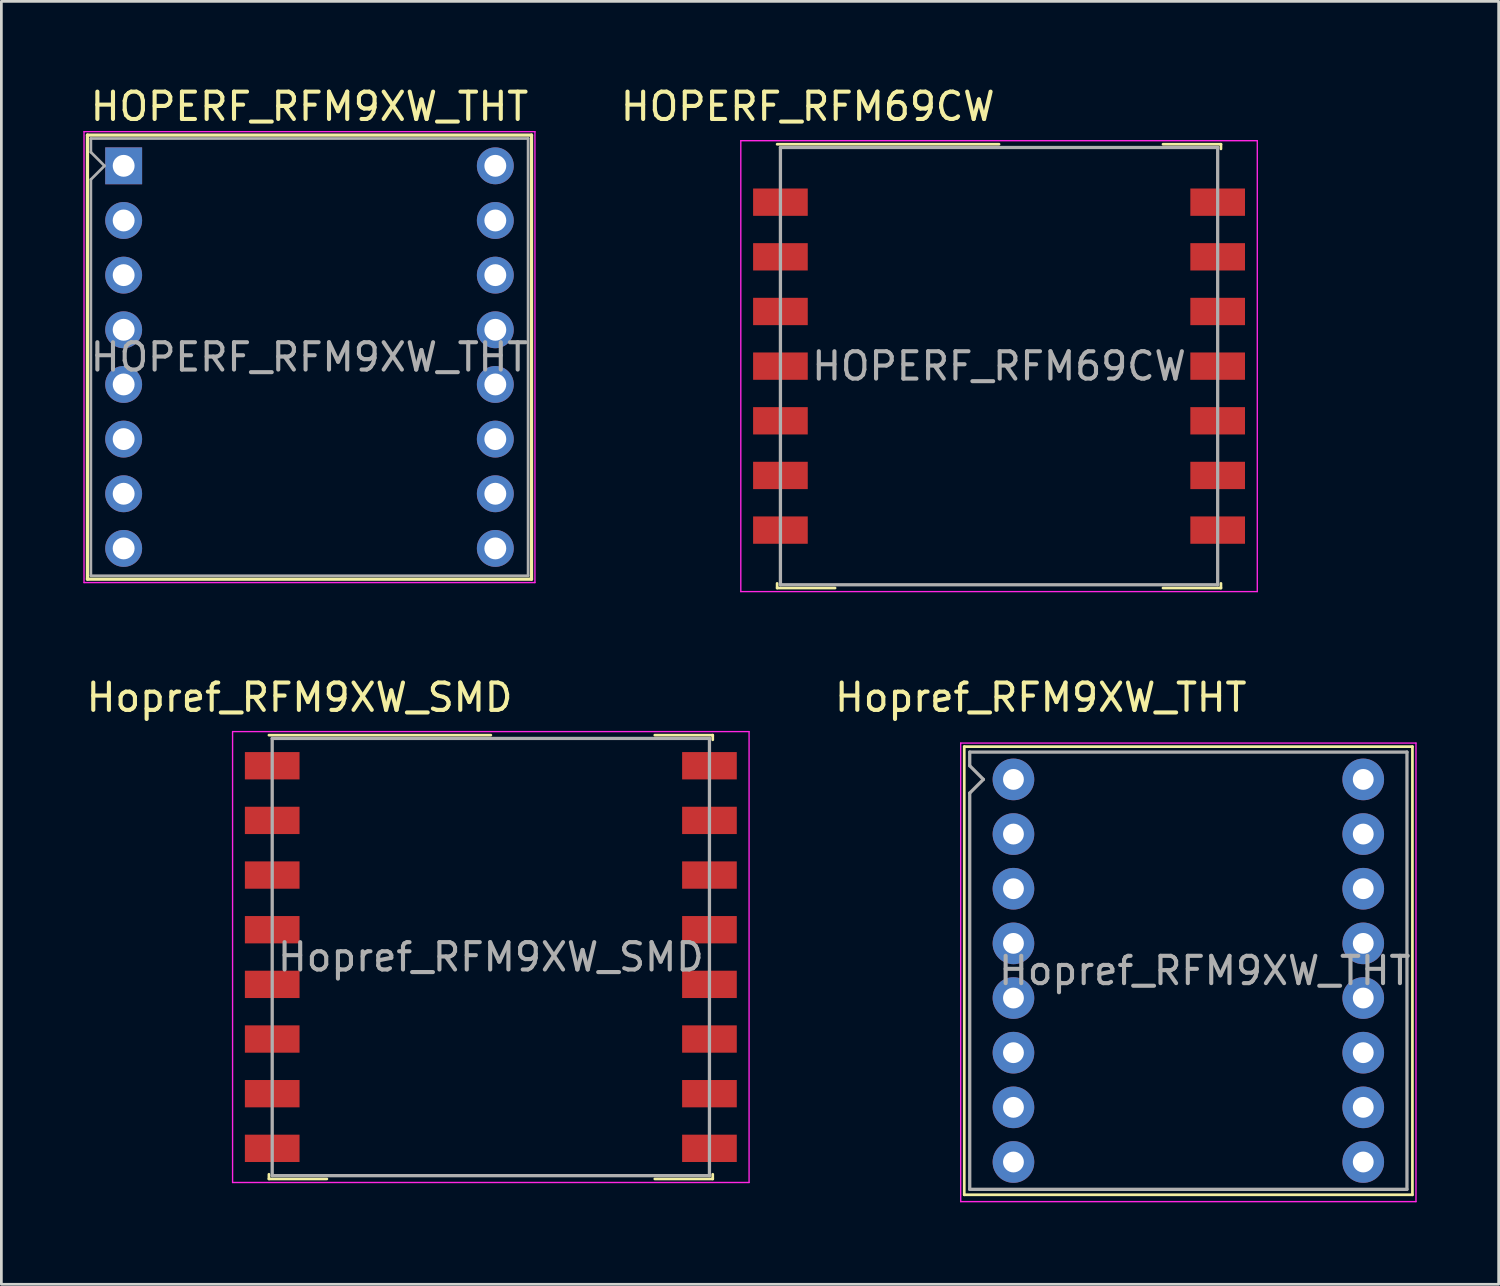
<source format=kicad_pcb>
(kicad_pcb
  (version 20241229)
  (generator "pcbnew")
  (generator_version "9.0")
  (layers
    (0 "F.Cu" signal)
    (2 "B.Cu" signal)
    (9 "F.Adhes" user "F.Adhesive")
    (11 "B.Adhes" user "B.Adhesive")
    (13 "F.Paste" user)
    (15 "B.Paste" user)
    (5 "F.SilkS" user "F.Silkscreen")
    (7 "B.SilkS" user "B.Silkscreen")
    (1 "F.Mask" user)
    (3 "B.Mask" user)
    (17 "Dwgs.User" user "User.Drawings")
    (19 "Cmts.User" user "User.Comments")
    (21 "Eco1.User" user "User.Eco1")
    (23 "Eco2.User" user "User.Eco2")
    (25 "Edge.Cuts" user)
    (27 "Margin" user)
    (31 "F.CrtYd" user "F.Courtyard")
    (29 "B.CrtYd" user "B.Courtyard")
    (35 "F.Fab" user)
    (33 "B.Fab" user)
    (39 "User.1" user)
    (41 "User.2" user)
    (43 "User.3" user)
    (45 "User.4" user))
  (footprint "Hopref_RFM9XW_THT"
    (layer "F.Cu")
    (at 34.035 25.471)
    (property "Reference" "Hopref_RFM9XW_THT" (at 1 -3 0) (layer "F.SilkS") (effects (font (size 1 1) (thickness 0.15))))
    (attr through_hole)
    (fp_line (start -1.8 -1.2) (end 14.6 -1.2) (stroke (width 0.1) (type solid)) (layer "F.SilkS"))
    (fp_line (start -1.8 15.2) (end -1.8 -1.2) (stroke (width 0.1) (type solid)) (layer "F.SilkS"))
    (fp_line (start 14.6 -1.2) (end 14.6 15.2) (stroke (width 0.1) (type solid)) (layer "F.SilkS"))
    (fp_line (start 14.6 15.2) (end -1.8 15.2) (stroke (width 0.1) (type solid)) (layer "F.SilkS"))
    (fp_line (start -1.93 -1.33) (end 14.73 -1.33) (stroke (width 0.05) (type solid)) (layer "F.CrtYd"))
    (fp_line (start -1.93 15.45) (end -1.93 -1.33) (stroke (width 0.05) (type solid)) (layer "F.CrtYd"))
    (fp_line (start 14.73 -1.33) (end 14.73 15.45) (stroke (width 0.05) (type solid)) (layer "F.CrtYd"))
    (fp_line (start 14.73 15.45) (end -1.93 15.45) (stroke (width 0.05) (type solid)) (layer "F.CrtYd"))
    (fp_line (start -1.6 -1) (end 14.4 -1) (stroke (width 0.12) (type solid)) (layer "F.Fab"))
    (fp_line (start -1.6 -0.5) (end -1.6 -1) (stroke (width 0.12) (type solid)) (layer "F.Fab"))
    (fp_line (start -1.6 0.5) (end -1.1 0) (stroke (width 0.12) (type solid)) (layer "F.Fab"))
    (fp_line (start -1.6 15) (end -1.6 0.5) (stroke (width 0.12) (type solid)) (layer "F.Fab"))
    (fp_line (start -1.6 15) (end 14.4 15) (stroke (width 0.12) (type solid)) (layer "F.Fab"))
    (fp_line (start -1.1 0) (end -1.6 -0.5) (stroke (width 0.12) (type solid)) (layer "F.Fab"))
    (fp_line (start 14.4 15) (end 14.4 -1) (stroke (width 0.12) (type solid)) (layer "F.Fab"))
    (fp_text user "${REFERENCE}" (at 7 7 0) (layer "F.Fab") (effects (font (size 1 1) (thickness 0.15))))
    (pad "1" thru_hole circle (at 0 0) (size 1.524 1.524) (drill 0.762) (layers "*.Cu" "*.Mask"))
    (pad "2" thru_hole circle (at 0 2) (size 1.524 1.524) (drill 0.762) (layers "*.Cu" "*.Mask"))
    (pad "3" thru_hole circle (at 0 4) (size 1.524 1.524) (drill 0.762) (layers "*.Cu" "*.Mask"))
    (pad "4" thru_hole circle (at 0 6) (size 1.524 1.524) (drill 0.762) (layers "*.Cu" "*.Mask"))
    (pad "5" thru_hole circle (at 0 8) (size 1.524 1.524) (drill 0.762) (layers "*.Cu" "*.Mask"))
    (pad "6" thru_hole circle (at 0 10) (size 1.524 1.524) (drill 0.762) (layers "*.Cu" "*.Mask"))
    (pad "7" thru_hole circle (at 0 12) (size 1.524 1.524) (drill 0.762) (layers "*.Cu" "*.Mask"))
    (pad "8" thru_hole circle (at 0 14) (size 1.524 1.524) (drill 0.762) (layers "*.Cu" "*.Mask"))
    (pad "9" thru_hole circle (at 12.8 14) (size 1.524 1.524) (drill 0.762) (layers "*.Cu" "*.Mask"))
    (pad "10" thru_hole circle (at 12.8 12) (size 1.524 1.524) (drill 0.762) (layers "*.Cu" "*.Mask"))
    (pad "11" thru_hole circle (at 12.8 10) (size 1.524 1.524) (drill 0.762) (layers "*.Cu" "*.Mask"))
    (pad "12" thru_hole circle (at 12.8 8) (size 1.524 1.524) (drill 0.762) (layers "*.Cu" "*.Mask"))
    (pad "13" thru_hole circle (at 12.8 6) (size 1.524 1.524) (drill 0.762) (layers "*.Cu" "*.Mask"))
    (pad "14" thru_hole circle (at 12.8 4) (size 1.524 1.524) (drill 0.762) (layers "*.Cu" "*.Mask"))
    (pad "15" thru_hole circle (at 12.8 2) (size 1.524 1.524) (drill 0.762) (layers "*.Cu" "*.Mask"))
    (pad "16" thru_hole circle (at 12.8 0) (size 1.524 1.524) (drill 0.762) (layers "*.Cu" "*.Mask")))
  (footprint "HOPERF_RFM9XW_THT"
    (layer "F.Cu")
    (at 1.475 3.018)
    (property "Reference" "HOPERF_RFM9XW_THT" (at 6.8 -2.17 0) (layer "F.SilkS") (effects (font (size 1 1) (thickness 0.15))))
    (attr through_hole)
    (fp_line (start -1.325 -1.125) (end 14.925 -1.125) (stroke (width 0.12) (type solid)) (layer "F.SilkS"))
    (fp_line (start -1.325 15.125) (end -1.325 -1.125) (stroke (width 0.12) (type solid)) (layer "F.SilkS"))
    (fp_line (start 14.925 -1.125) (end 14.925 15.125) (stroke (width 0.12) (type solid)) (layer "F.SilkS"))
    (fp_line (start 14.925 15.125) (end -1.325 15.125) (stroke (width 0.12) (type solid)) (layer "F.SilkS"))
    (fp_line (start -1.45 -1.25) (end 15.05 -1.25) (stroke (width 0.05) (type solid)) (layer "F.CrtYd"))
    (fp_line (start -1.45 15.25) (end -1.45 -1.25) (stroke (width 0.05) (type solid)) (layer "F.CrtYd"))
    (fp_line (start 15.05 -1.25) (end 15.05 15.25) (stroke (width 0.05) (type solid)) (layer "F.CrtYd"))
    (fp_line (start 15.05 15.25) (end -1.45 15.25) (stroke (width 0.05) (type solid)) (layer "F.CrtYd"))
    (fp_line (start -1.2 -1) (end 14.8 -1) (stroke (width 0.1) (type solid)) (layer "F.Fab"))
    (fp_line (start -1.2 -0.5) (end -1.2 -1) (stroke (width 0.1) (type solid)) (layer "F.Fab"))
    (fp_line (start -1.2 0.5) (end -0.7 0) (stroke (width 0.1) (type solid)) (layer "F.Fab"))
    (fp_line (start -1.2 15) (end -1.2 0.5) (stroke (width 0.1) (type solid)) (layer "F.Fab"))
    (fp_line (start -1.2 15) (end 14.8 15) (stroke (width 0.1) (type solid)) (layer "F.Fab"))
    (fp_line (start -0.7 0) (end -1.2 -0.5) (stroke (width 0.1) (type solid)) (layer "F.Fab"))
    (fp_line (start 14.8 15) (end 14.8 -1) (stroke (width 0.1) (type solid)) (layer "F.Fab"))
    (fp_text user "${REFERENCE}" (at 6.8 7 0) (layer "F.Fab") (effects (font (size 1 1) (thickness 0.15))))
    (pad "1" thru_hole rect (at 0 0) (size 1.35 1.35) (drill 0.8) (layers "*.Cu" "*.Mask"))
    (pad "2" thru_hole circle (at 0 2) (size 1.35 1.35) (drill 0.8) (layers "*.Cu" "*.Mask"))
    (pad "3" thru_hole circle (at 0 4) (size 1.35 1.35) (drill 0.8) (layers "*.Cu" "*.Mask"))
    (pad "4" thru_hole circle (at 0 6) (size 1.35 1.35) (drill 0.8) (layers "*.Cu" "*.Mask"))
    (pad "5" thru_hole circle (at 0 8) (size 1.35 1.35) (drill 0.8) (layers "*.Cu" "*.Mask"))
    (pad "6" thru_hole circle (at 0 10) (size 1.35 1.35) (drill 0.8) (layers "*.Cu" "*.Mask"))
    (pad "7" thru_hole circle (at 0 12) (size 1.35 1.35) (drill 0.8) (layers "*.Cu" "*.Mask"))
    (pad "8" thru_hole circle (at 0 14) (size 1.35 1.35) (drill 0.8) (layers "*.Cu" "*.Mask"))
    (pad "9" thru_hole circle (at 13.6 14) (size 1.35 1.35) (drill 0.8) (layers "*.Cu" "*.Mask"))
    (pad "10" thru_hole circle (at 13.6 12) (size 1.35 1.35) (drill 0.8) (layers "*.Cu" "*.Mask"))
    (pad "11" thru_hole circle (at 13.6 10) (size 1.35 1.35) (drill 0.8) (layers "*.Cu" "*.Mask"))
    (pad "12" thru_hole circle (at 13.6 8) (size 1.35 1.35) (drill 0.8) (layers "*.Cu" "*.Mask"))
    (pad "13" thru_hole circle (at 13.6 6) (size 1.35 1.35) (drill 0.8) (layers "*.Cu" "*.Mask"))
    (pad "14" thru_hole circle (at 13.6 4) (size 1.35 1.35) (drill 0.8) (layers "*.Cu" "*.Mask"))
    (pad "15" thru_hole circle (at 13.6 2) (size 1.35 1.35) (drill 0.8) (layers "*.Cu" "*.Mask"))
    (pad "16" thru_hole circle (at 13.6 0) (size 1.35 1.35) (drill 0.8) (layers "*.Cu" "*.Mask")))
  (footprint "Hopref_RFM9XW_SMD"
    (layer "F.Cu")
    (at 14.911 31.971)
    (property "Reference" "Hopref_RFM9XW_SMD" (at -7 -9.5 0) (layer "F.SilkS") (effects (font (size 1 1) (thickness 0.15))))
    (attr smd)
    (fp_line (start -8.12 -8.12) (end 0 -8.12) (stroke (width 0.1) (type solid)) (layer "F.SilkS"))
    (fp_line (start -8.12 8.12) (end -8.12 7.95) (stroke (width 0.1) (type solid)) (layer "F.SilkS"))
    (fp_line (start -8.12 8.12) (end -6 8.12) (stroke (width 0.1) (type solid)) (layer "F.SilkS"))
    (fp_line (start 6 -8.12) (end 8.12 -8.12) (stroke (width 0.1) (type solid)) (layer "F.SilkS"))
    (fp_line (start 6 8.12) (end 8.12 8.12) (stroke (width 0.1) (type solid)) (layer "F.SilkS"))
    (fp_line (start 8.12 -8.12) (end 8.12 -7.95) (stroke (width 0.1) (type solid)) (layer "F.SilkS"))
    (fp_line (start 8.12 8.12) (end 8.12 7.95) (stroke (width 0.1) (type solid)) (layer "F.SilkS"))
    (fp_line (start -9.45 -8.25) (end 9.45 -8.25) (stroke (width 0.05) (type solid)) (layer "F.CrtYd"))
    (fp_line (start -9.45 8.25) (end -9.45 -8.25) (stroke (width 0.05) (type solid)) (layer "F.CrtYd"))
    (fp_line (start -9.45 8.25) (end 9.45 8.25) (stroke (width 0.05) (type solid)) (layer "F.CrtYd"))
    (fp_line (start 9.45 -8.25) (end 9.45 8.25) (stroke (width 0.05) (type solid)) (layer "F.CrtYd"))
    (fp_line (start -8 -8) (end 8 -8) (stroke (width 0.12) (type solid)) (layer "F.Fab"))
    (fp_line (start -8 8) (end -8 -8) (stroke (width 0.12) (type solid)) (layer "F.Fab"))
    (fp_line (start -8 8) (end 8 8) (stroke (width 0.12) (type solid)) (layer "F.Fab"))
    (fp_line (start 8 8) (end 8 -8) (stroke (width 0.12) (type solid)) (layer "F.Fab"))
    (fp_text user "${REFERENCE}" (at 0 0 0) (layer "F.Fab") (effects (font (size 1 1) (thickness 0.15))))
    (pad "1" smd rect (at -8 -7) (size 2 1) (layers "F.Cu" "F.Mask" "F.Paste"))
    (pad "2" smd rect (at -8 -5) (size 2 1) (layers "F.Cu" "F.Mask" "F.Paste"))
    (pad "3" smd rect (at -8 -3) (size 2 1) (layers "F.Cu" "F.Mask" "F.Paste"))
    (pad "4" smd rect (at -8 -1) (size 2 1) (layers "F.Cu" "F.Mask" "F.Paste"))
    (pad "5" smd rect (at -8 1) (size 2 1) (layers "F.Cu" "F.Mask" "F.Paste"))
    (pad "6" smd rect (at -8 3) (size 2 1) (layers "F.Cu" "F.Mask" "F.Paste"))
    (pad "7" smd rect (at -8 5) (size 2 1) (layers "F.Cu" "F.Mask" "F.Paste"))
    (pad "8" smd rect (at -8 7) (size 2 1) (layers "F.Cu" "F.Mask" "F.Paste"))
    (pad "9" smd rect (at 8 7) (size 2 1) (layers "F.Cu" "F.Mask" "F.Paste"))
    (pad "10" smd rect (at 8 5) (size 2 1) (layers "F.Cu" "F.Mask" "F.Paste"))
    (pad "11" smd rect (at 8 3) (size 2 1) (layers "F.Cu" "F.Mask" "F.Paste"))
    (pad "12" smd rect (at 8 1) (size 2 1) (layers "F.Cu" "F.Mask" "F.Paste"))
    (pad "13" smd rect (at 8 -1) (size 2 1) (layers "F.Cu" "F.Mask" "F.Paste"))
    (pad "14" smd rect (at 8 -3) (size 2 1) (layers "F.Cu" "F.Mask" "F.Paste"))
    (pad "15" smd rect (at 8 -5) (size 2 1) (layers "F.Cu" "F.Mask" "F.Paste"))
    (pad "16" smd rect (at 8 -7) (size 2 1) (layers "F.Cu" "F.Mask" "F.Paste")))
  (footprint "HOPERF_RFM69CW"
    (layer "F.Cu")
    (at 33.508 10.348)
    (property "Reference" "HOPERF_RFM69CW" (at -7 -9.5 0) (layer "F.SilkS") (effects (font (size 1 1) (thickness 0.15))))
    (attr smd)
    (fp_line (start -8.12 -8.12) (end 0 -8.12) (stroke (width 0.1) (type solid)) (layer "F.SilkS"))
    (fp_line (start -8.12 8.12) (end -8.12 7.95) (stroke (width 0.1) (type solid)) (layer "F.SilkS"))
    (fp_line (start -8.12 8.12) (end -6 8.12) (stroke (width 0.1) (type solid)) (layer "F.SilkS"))
    (fp_line (start 6 -8.12) (end 8.12 -8.12) (stroke (width 0.1) (type solid)) (layer "F.SilkS"))
    (fp_line (start 6 8.12) (end 8.12 8.12) (stroke (width 0.1) (type solid)) (layer "F.SilkS"))
    (fp_line (start 8.12 -8.12) (end 8.12 -7.95) (stroke (width 0.1) (type solid)) (layer "F.SilkS"))
    (fp_line (start 8.12 8.12) (end 8.12 7.95) (stroke (width 0.1) (type solid)) (layer "F.SilkS"))
    (fp_line (start -9.45 -8.25) (end 9.45 -8.25) (stroke (width 0.05) (type solid)) (layer "F.CrtYd"))
    (fp_line (start -9.45 8.25) (end -9.45 -8.25) (stroke (width 0.05) (type solid)) (layer "F.CrtYd"))
    (fp_line (start -9.45 8.25) (end 9.45 8.25) (stroke (width 0.05) (type solid)) (layer "F.CrtYd"))
    (fp_line (start 9.45 -8.25) (end 9.45 8.25) (stroke (width 0.05) (type solid)) (layer "F.CrtYd"))
    (fp_line (start -8 -8) (end 8 -8) (stroke (width 0.12) (type solid)) (layer "F.Fab"))
    (fp_line (start -8 8) (end -8 -8) (stroke (width 0.12) (type solid)) (layer "F.Fab"))
    (fp_line (start -8 8) (end 8 8) (stroke (width 0.12) (type solid)) (layer "F.Fab"))
    (fp_line (start 8 8) (end 8 -8) (stroke (width 0.12) (type solid)) (layer "F.Fab"))
    (fp_text user "${REFERENCE}" (at 0 0 0) (layer "F.Fab") (effects (font (size 1 1) (thickness 0.15))))
    (pad "1" smd rect (at -8 -6) (size 2 1) (layers "F.Cu" "F.Mask" "F.Paste"))
    (pad "2" smd rect (at -8 -4) (size 2 1) (layers "F.Cu" "F.Mask" "F.Paste"))
    (pad "3" smd rect (at -8 -2) (size 2 1) (layers "F.Cu" "F.Mask" "F.Paste"))
    (pad "4" smd rect (at -8 0) (size 2 1) (layers "F.Cu" "F.Mask" "F.Paste"))
    (pad "5" smd rect (at -8 2) (size 2 1) (layers "F.Cu" "F.Mask" "F.Paste"))
    (pad "6" smd rect (at -8 4) (size 2 1) (layers "F.Cu" "F.Mask" "F.Paste"))
    (pad "7" smd rect (at -8 6) (size 2 1) (layers "F.Cu" "F.Mask" "F.Paste"))
    (pad "8" smd rect (at 8 6) (size 2 1) (layers "F.Cu" "F.Mask" "F.Paste"))
    (pad "9" smd rect (at 8 4) (size 2 1) (layers "F.Cu" "F.Mask" "F.Paste"))
    (pad "10" smd rect (at 8 2) (size 2 1) (layers "F.Cu" "F.Mask" "F.Paste"))
    (pad "11" smd rect (at 8 0) (size 2 1) (layers "F.Cu" "F.Mask" "F.Paste"))
    (pad "12" smd rect (at 8 -2) (size 2 1) (layers "F.Cu" "F.Mask" "F.Paste"))
    (pad "13" smd rect (at 8 -4) (size 2 1) (layers "F.Cu" "F.Mask" "F.Paste"))
    (pad "14" smd rect (at 8 -6) (size 2 1) (layers "F.Cu" "F.Mask" "F.Paste")))
  (gr_rect
    (start -3 -3)
    (end 51.79 43.947)
    (stroke (width 0.1) (type default))
    (fill no)
    (layer "Edge.Cuts")))
</source>
